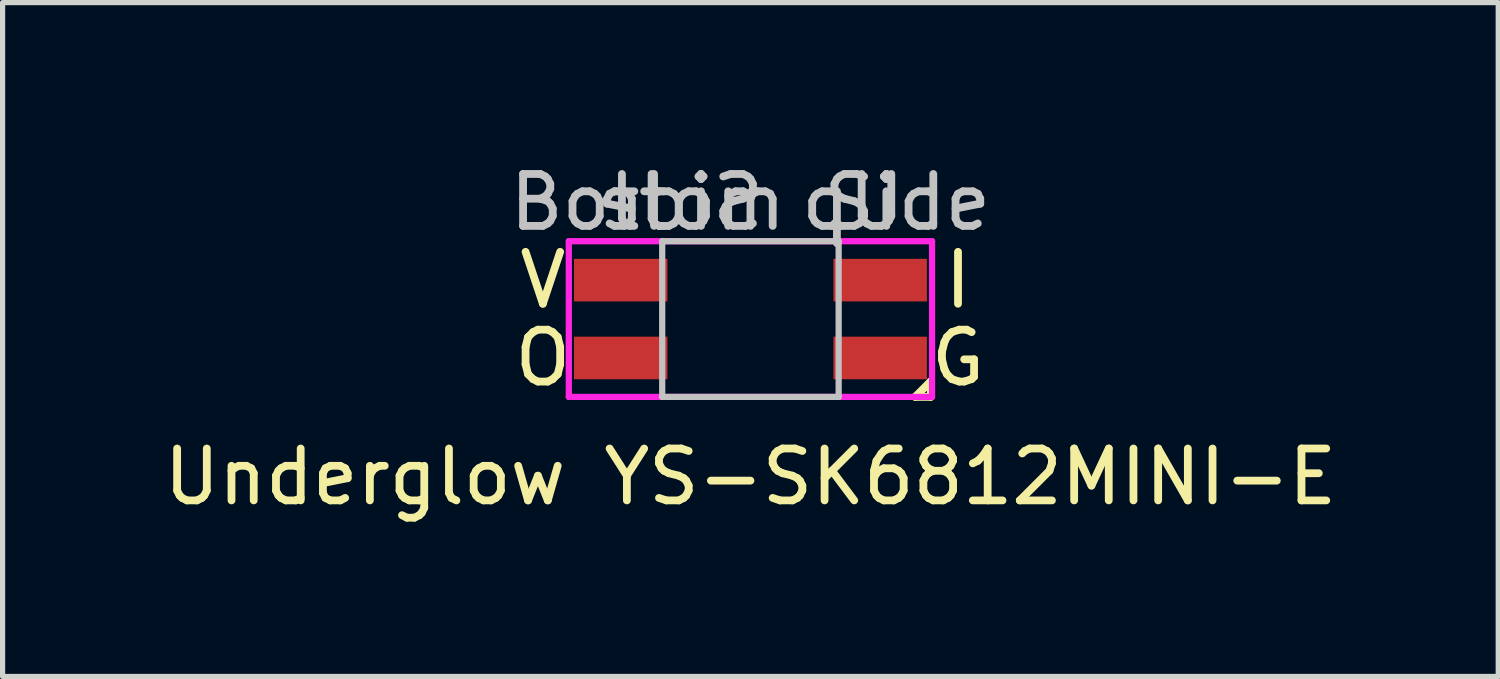
<source format=kicad_pcb>
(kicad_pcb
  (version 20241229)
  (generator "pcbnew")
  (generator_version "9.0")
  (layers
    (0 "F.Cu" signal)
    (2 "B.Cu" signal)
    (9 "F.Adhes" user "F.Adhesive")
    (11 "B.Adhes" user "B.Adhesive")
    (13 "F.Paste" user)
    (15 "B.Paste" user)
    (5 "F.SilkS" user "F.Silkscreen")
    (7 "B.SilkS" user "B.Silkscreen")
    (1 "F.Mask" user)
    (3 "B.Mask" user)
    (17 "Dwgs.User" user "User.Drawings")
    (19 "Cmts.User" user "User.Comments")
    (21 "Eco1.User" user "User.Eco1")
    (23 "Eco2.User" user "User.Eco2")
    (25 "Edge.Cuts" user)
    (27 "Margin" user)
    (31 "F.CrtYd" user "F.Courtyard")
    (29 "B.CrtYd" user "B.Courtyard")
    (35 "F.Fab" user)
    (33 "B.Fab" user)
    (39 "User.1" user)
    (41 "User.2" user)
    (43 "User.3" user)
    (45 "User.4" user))
  (footprint "Underglow YS-SK6812MINI-E"
    (layer "F.Cu")
    (at 11.411 5.638)
    (property "Reference" "Underglow YS-SK6812MINI-E" (at 0 0.5 0) (layer "F.SilkS") (effects (font (size 1 1) (thickness 0.15))))
    (attr through_hole)
    (fp_line (start 3.175 -1.04) (end 3.475 -1.34) (stroke (width 0.15) (type solid)) (layer "F.SilkS"))
    (fp_line (start 3.475 -1.04) (end 3.175 -1.04) (stroke (width 0.15) (type solid)) (layer "F.SilkS"))
    (fp_line (start 3.475 -1.04) (end 3.475 -1.34) (stroke (width 0.15) (type solid)) (layer "F.SilkS"))
    (fp_line (start -1.7 -4.04) (end -1.7 -1.04) (stroke (width 0.12) (type solid)) (layer "Dwgs.User"))
    (fp_line (start -1.7 -1.04) (end 1.7 -1.04) (stroke (width 0.12) (type solid)) (layer "Dwgs.User"))
    (fp_line (start 1.7 -4.04) (end -1.7 -4.04) (stroke (width 0.12) (type solid)) (layer "Dwgs.User"))
    (fp_line (start 1.7 -1.04) (end 1.7 -4.04) (stroke (width 0.12) (type solid)) (layer "Dwgs.User"))
    (fp_line (start -3.5 -4.04) (end -3.5 -1.04) (stroke (width 0.12) (type solid)) (layer "F.CrtYd"))
    (fp_line (start -3.5 -1.04) (end 3.5 -1.04) (stroke (width 0.12) (type solid)) (layer "F.CrtYd"))
    (fp_line (start 3.5 -4.04) (end -3.5 -4.04) (stroke (width 0.12) (type solid)) (layer "F.CrtYd"))
    (fp_line (start 3.5 -1.04) (end 3.5 -4.04) (stroke (width 0.12) (type solid)) (layer "F.CrtYd"))
    (fp_text user "O" (at -4 -1.79 0) (layer "F.SilkS") (effects (font (size 1 1) (thickness 0.15))))
    (fp_text user "G" (at 4 -1.79 0) (layer "F.SilkS") (effects (font (size 1 1) (thickness 0.15))))
    (fp_text user "I" (at 4 -3.29 0) (layer "F.SilkS") (effects (font (size 1 1) (thickness 0.15))))
    (fp_text user "V" (at -4 -3.29 0) (layer "F.SilkS") (effects (font (size 1 1) (thickness 0.15))))
    (fp_text user "Up Side" (at 0 -4.79 0) (layer "Dwgs.User") (effects (font (size 1 1) (thickness 0.15)) (justify mirror)))
    (fp_text user "Bottom Side" (at 0 -4.79 0) (layer "Dwgs.User") (effects (font (size 1 1) (thickness 0.15))))
    (pad "1" smd rect (at -2.5 -3.29) (size 1.8 0.82) (layers "F.Cu" "F.Mask" "F.Paste"))
    (pad "2" smd rect (at -2.5 -1.79) (size 1.8 0.82) (layers "F.Cu" "F.Mask" "F.Paste"))
    (pad "3" smd rect (at 2.5 -1.79) (size 1.8 0.82) (layers "F.Cu" "F.Mask" "F.Paste"))
    (pad "4" smd rect (at 2.5 -3.29) (size 1.8 0.82) (layers "F.Cu" "F.Mask" "F.Paste")))
  (gr_rect
    (start -3 -3)
    (end 25.821 9.986)
    (stroke (width 0.1) (type default))
    (fill no)
    (layer "Edge.Cuts")))
</source>
